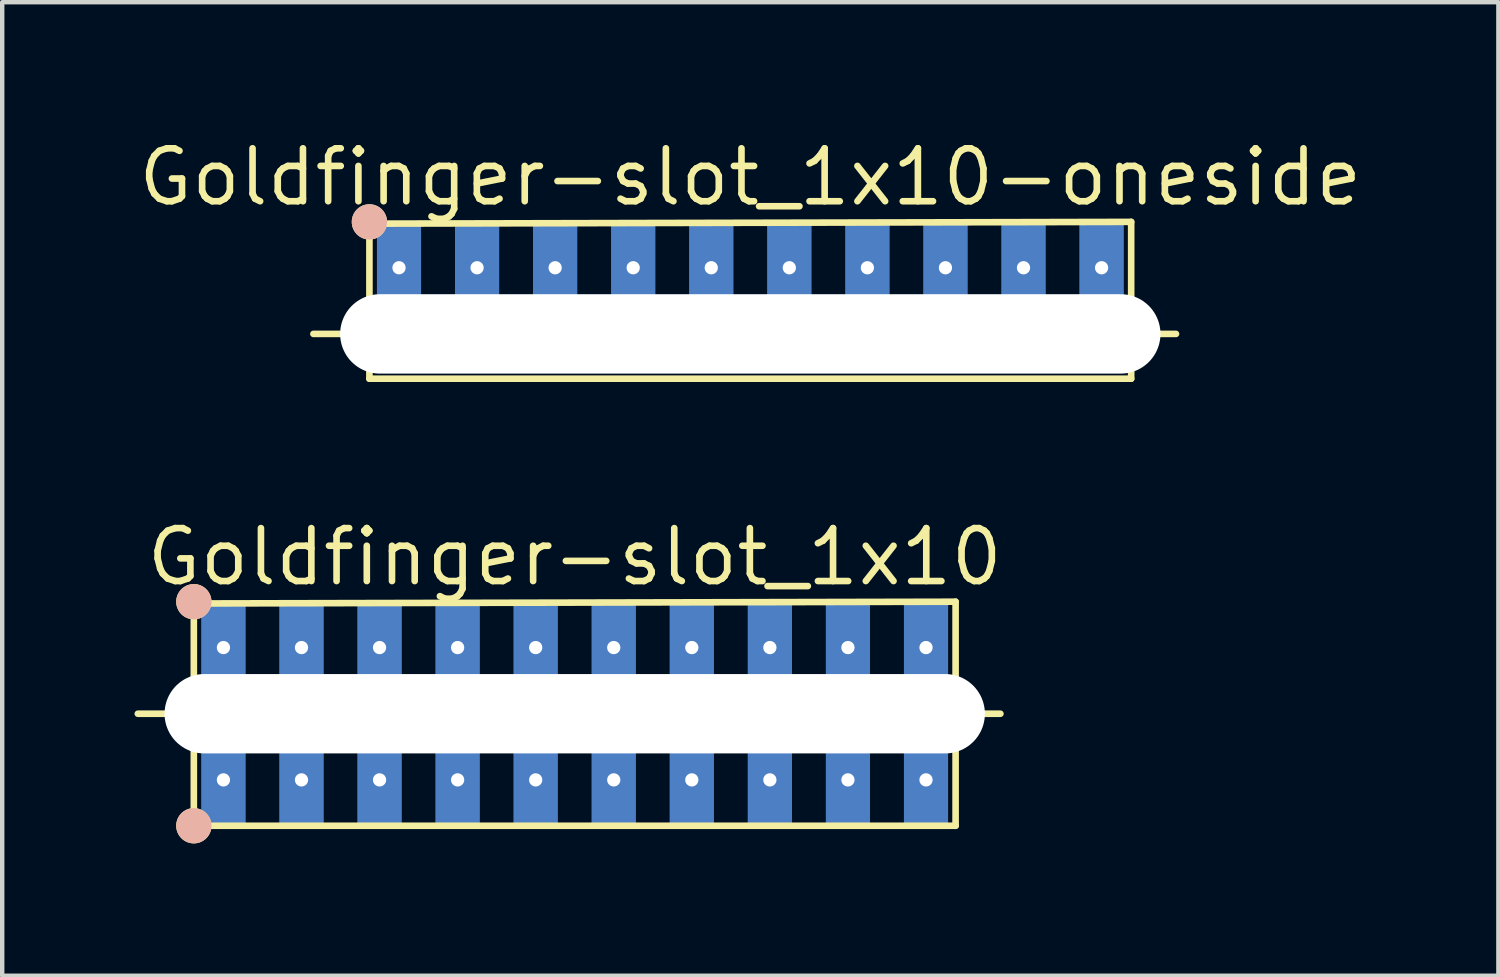
<source format=kicad_pcb>
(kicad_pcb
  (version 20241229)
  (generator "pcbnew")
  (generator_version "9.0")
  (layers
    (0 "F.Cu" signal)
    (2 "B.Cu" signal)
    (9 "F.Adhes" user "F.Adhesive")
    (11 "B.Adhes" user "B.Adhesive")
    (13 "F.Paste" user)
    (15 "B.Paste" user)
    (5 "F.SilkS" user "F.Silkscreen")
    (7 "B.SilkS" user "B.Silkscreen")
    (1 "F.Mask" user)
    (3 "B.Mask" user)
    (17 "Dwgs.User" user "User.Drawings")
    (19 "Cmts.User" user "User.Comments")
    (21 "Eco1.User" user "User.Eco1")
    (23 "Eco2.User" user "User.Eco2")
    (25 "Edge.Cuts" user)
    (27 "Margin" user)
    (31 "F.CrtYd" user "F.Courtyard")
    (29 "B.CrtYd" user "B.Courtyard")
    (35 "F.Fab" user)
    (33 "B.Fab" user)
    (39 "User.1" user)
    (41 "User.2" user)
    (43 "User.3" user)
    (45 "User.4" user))
  (footprint "Goldfinger-slot_1x10"
    (layer "F.Cu")
    (at 9.981 13.133)
    (property "Reference" "Goldfinger-slot_1x10" (at 0 -3.556 180) (layer "F.SilkS") (effects (font (size 1.2 1.2) (thickness 0.15))))
    (attr through_hole)
    (fp_line (start -8.636 2.5) (end -8.636 -2.5) (stroke (width 0.15) (type solid)) (layer "F.SilkS"))
    (fp_line (start -8.636 2.54) (end 8.636 2.54) (stroke (width 0.15) (type solid)) (layer "F.SilkS"))
    (fp_line (start 8.636 -2.54) (end -8.636 -2.5) (stroke (width 0.15) (type solid)) (layer "F.SilkS"))
    (fp_line (start 8.636 2.54) (end 8.636 -2.54) (stroke (width 0.15) (type solid)) (layer "F.SilkS"))
    (fp_line (start 9.652 0) (end -9.906 0) (stroke (width 0.15) (type solid)) (layer "F.SilkS"))
    (pad "" smd circle (at -8.636 -2.54) (size 0.8 0.8) (layers "*.SilkS"))
    (pad "" smd circle (at -8.636 2.54) (size 0.8 0.8) (layers "*.SilkS"))
    (pad "" np_thru_hole oval (at 0 0 270) (size 1.8 18.6) (drill oval 1.8 18.6) (layers "*.Cu"))
    (pad "1" thru_hole circle (at -7.965 -1.5) (size 0.6 0.6) (drill 0.3) (layers "*.Cu"))
    (pad "1" connect rect (at -7.965 -1.5) (size 1 2) (layers "F.Cu" "F.Mask"))
    (pad "1" smd rect (at -7.965 -1.5) (size 1 2) (layers "B.Cu" "B.Mask" "B.Paste"))
    (pad "1" thru_hole circle (at -7.965 1.5) (size 0.6 0.6) (drill 0.3) (layers "*.Cu"))
    (pad "1" smd rect (at -7.965 1.5) (size 1 2) (layers "F.Cu" "F.Mask"))
    (pad "1" smd rect (at -7.965 1.5) (size 1 2) (layers "B.Cu" "B.Mask" "B.Paste"))
    (pad "2" thru_hole circle (at -6.195 -1.5) (size 0.6 0.6) (drill 0.3) (layers "*.Cu"))
    (pad "2" connect rect (at -6.195 -1.5) (size 1 2) (layers "F.Cu" "F.Mask"))
    (pad "2" smd rect (at -6.195 -1.5) (size 1 2) (layers "B.Cu" "B.Mask" "B.Paste"))
    (pad "2" thru_hole circle (at -6.195 1.5) (size 0.6 0.6) (drill 0.3) (layers "*.Cu"))
    (pad "2" smd rect (at -6.195 1.5) (size 1 2) (layers "F.Cu" "F.Mask"))
    (pad "2" smd rect (at -6.195 1.5) (size 1 2) (layers "B.Cu" "B.Mask" "B.Paste"))
    (pad "3" thru_hole circle (at -4.425 -1.5) (size 0.6 0.6) (drill 0.3) (layers "*.Cu"))
    (pad "3" connect rect (at -4.425 -1.5) (size 1 2) (layers "F.Cu" "F.Mask"))
    (pad "3" smd rect (at -4.425 -1.5) (size 1 2) (layers "B.Cu" "B.Mask" "B.Paste"))
    (pad "3" thru_hole circle (at -4.425 1.5) (size 0.6 0.6) (drill 0.3) (layers "*.Cu"))
    (pad "3" smd rect (at -4.425 1.5) (size 1 2) (layers "F.Cu" "F.Mask"))
    (pad "3" smd rect (at -4.425 1.5) (size 1 2) (layers "B.Cu" "B.Mask" "B.Paste"))
    (pad "4" thru_hole circle (at -2.655 -1.5) (size 0.6 0.6) (drill 0.3) (layers "*.Cu"))
    (pad "4" connect rect (at -2.655 -1.5) (size 1 2) (layers "F.Cu" "F.Mask"))
    (pad "4" smd rect (at -2.655 -1.5) (size 1 2) (layers "B.Cu" "B.Mask" "B.Paste"))
    (pad "4" thru_hole circle (at -2.655 1.5) (size 0.6 0.6) (drill 0.3) (layers "*.Cu"))
    (pad "4" smd rect (at -2.655 1.5) (size 1 2) (layers "F.Cu" "F.Mask"))
    (pad "4" smd rect (at -2.655 1.5) (size 1 2) (layers "B.Cu" "B.Mask" "B.Paste"))
    (pad "5" thru_hole circle (at -0.885 -1.5) (size 0.6 0.6) (drill 0.3) (layers "*.Cu"))
    (pad "5" connect rect (at -0.885 -1.5) (size 1 2) (layers "F.Cu" "F.Mask"))
    (pad "5" smd rect (at -0.885 -1.5) (size 1 2) (layers "B.Cu" "B.Mask" "B.Paste"))
    (pad "5" thru_hole circle (at -0.885 1.5) (size 0.6 0.6) (drill 0.3) (layers "*.Cu"))
    (pad "5" smd rect (at -0.885 1.5) (size 1 2) (layers "F.Cu" "F.Mask"))
    (pad "5" smd rect (at -0.885 1.5) (size 1 2) (layers "B.Cu" "B.Mask" "B.Paste"))
    (pad "6" thru_hole circle (at 0.885 -1.5) (size 0.6 0.6) (drill 0.3) (layers "*.Cu"))
    (pad "6" connect rect (at 0.885 -1.5) (size 1 2) (layers "F.Cu" "F.Mask"))
    (pad "6" smd rect (at 0.885 -1.5) (size 1 2) (layers "B.Cu" "B.Mask" "B.Paste"))
    (pad "6" thru_hole circle (at 0.885 1.5) (size 0.6 0.6) (drill 0.3) (layers "*.Cu"))
    (pad "6" smd rect (at 0.885 1.5) (size 1 2) (layers "F.Cu" "F.Mask"))
    (pad "6" smd rect (at 0.885 1.5) (size 1 2) (layers "B.Cu" "B.Mask" "B.Paste"))
    (pad "7" thru_hole circle (at 2.655 -1.5) (size 0.6 0.6) (drill 0.3) (layers "*.Cu"))
    (pad "7" connect rect (at 2.655 -1.5) (size 1 2) (layers "F.Cu" "F.Mask"))
    (pad "7" smd rect (at 2.655 -1.5) (size 1 2) (layers "B.Cu" "B.Mask" "B.Paste"))
    (pad "7" thru_hole circle (at 2.655 1.5) (size 0.6 0.6) (drill 0.3) (layers "*.Cu"))
    (pad "7" smd rect (at 2.655 1.5) (size 1 2) (layers "F.Cu" "F.Mask"))
    (pad "7" smd rect (at 2.655 1.5) (size 1 2) (layers "B.Cu" "B.Mask" "B.Paste"))
    (pad "8" thru_hole circle (at 4.425 -1.5) (size 0.6 0.6) (drill 0.3) (layers "*.Cu"))
    (pad "8" connect rect (at 4.425 -1.5) (size 1 2) (layers "F.Cu" "F.Mask"))
    (pad "8" smd rect (at 4.425 -1.5) (size 1 2) (layers "B.Cu" "B.Mask" "B.Paste"))
    (pad "8" thru_hole circle (at 4.425 1.5) (size 0.6 0.6) (drill 0.3) (layers "*.Cu"))
    (pad "8" smd rect (at 4.425 1.5) (size 1 2) (layers "F.Cu" "F.Mask"))
    (pad "8" smd rect (at 4.425 1.5) (size 1 2) (layers "B.Cu" "B.Mask" "B.Paste"))
    (pad "9" thru_hole circle (at 6.195 -1.5) (size 0.6 0.6) (drill 0.3) (layers "*.Cu"))
    (pad "9" connect rect (at 6.195 -1.5) (size 1 2) (layers "F.Cu" "F.Mask"))
    (pad "9" smd rect (at 6.195 -1.5) (size 1 2) (layers "B.Cu" "B.Mask" "B.Paste"))
    (pad "9" thru_hole circle (at 6.195 1.5) (size 0.6 0.6) (drill 0.3) (layers "*.Cu"))
    (pad "9" smd rect (at 6.195 1.5) (size 1 2) (layers "F.Cu" "F.Mask"))
    (pad "9" smd rect (at 6.195 1.5) (size 1 2) (layers "B.Cu" "B.Mask" "B.Paste"))
    (pad "10" thru_hole circle (at 7.965 -1.5) (size 0.6 0.6) (drill 0.3) (layers "*.Cu"))
    (pad "10" connect rect (at 7.965 -1.5) (size 1 2) (layers "F.Cu" "F.Mask"))
    (pad "10" smd rect (at 7.965 -1.5) (size 1 2) (layers "B.Cu" "B.Mask" "B.Paste"))
    (pad "10" thru_hole circle (at 7.965 1.5) (size 0.6 0.6) (drill 0.3) (layers "*.Cu"))
    (pad "10" smd rect (at 7.965 1.5) (size 1 2) (layers "F.Cu" "F.Mask"))
    (pad "10" smd rect (at 7.965 1.5) (size 1 2) (layers "B.Cu" "B.Mask" "B.Paste")))
  (footprint "Goldfinger-slot_1x10-oneside"
    (layer "F.Cu")
    (at 13.962 4.521)
    (property "Reference" "Goldfinger-slot_1x10-oneside" (at 0 -3.556 0) (layer "F.SilkS") (effects (font (size 1.2 1.2) (thickness 0.15))))
    (attr through_hole)
    (fp_line (start -8.636 1.016) (end -8.636 -2.5) (stroke (width 0.15) (type solid)) (layer "F.SilkS"))
    (fp_line (start -8.636 1.016) (end 8.636 1.016) (stroke (width 0.15) (type solid)) (layer "F.SilkS"))
    (fp_line (start 8.636 -2.54) (end -8.636 -2.5) (stroke (width 0.15) (type solid)) (layer "F.SilkS"))
    (fp_line (start 8.636 1.016) (end 8.636 -2.54) (stroke (width 0.15) (type solid)) (layer "F.SilkS"))
    (fp_line (start 9.652 0) (end -9.906 0) (stroke (width 0.15) (type solid)) (layer "F.SilkS"))
    (pad "" smd circle (at -8.636 -2.54) (size 0.8 0.8) (layers "*.SilkS"))
    (pad "" np_thru_hole oval (at 0 0 270) (size 1.8 18.6) (drill oval 1.8 18.6) (layers "*.Cu"))
    (pad "1" thru_hole circle (at -7.965 -1.5) (size 0.6 0.6) (drill 0.3) (layers "*.Cu"))
    (pad "1" connect rect (at -7.965 -1.5) (size 1 2) (layers "F.Cu" "F.Mask"))
    (pad "1" smd rect (at -7.965 -1.5) (size 1 2) (layers "B.Cu" "B.Mask" "B.Paste"))
    (pad "2" thru_hole circle (at -6.195 -1.5) (size 0.6 0.6) (drill 0.3) (layers "*.Cu"))
    (pad "2" connect rect (at -6.195 -1.5) (size 1 2) (layers "F.Cu" "F.Mask"))
    (pad "2" smd rect (at -6.195 -1.5) (size 1 2) (layers "B.Cu" "B.Mask" "B.Paste"))
    (pad "3" thru_hole circle (at -4.425 -1.5) (size 0.6 0.6) (drill 0.3) (layers "*.Cu"))
    (pad "3" connect rect (at -4.425 -1.5) (size 1 2) (layers "F.Cu" "F.Mask"))
    (pad "3" smd rect (at -4.425 -1.5) (size 1 2) (layers "B.Cu" "B.Mask" "B.Paste"))
    (pad "4" thru_hole circle (at -2.655 -1.5) (size 0.6 0.6) (drill 0.3) (layers "*.Cu"))
    (pad "4" connect rect (at -2.655 -1.5) (size 1 2) (layers "F.Cu" "F.Mask"))
    (pad "4" smd rect (at -2.655 -1.5) (size 1 2) (layers "B.Cu" "B.Mask" "B.Paste"))
    (pad "5" thru_hole circle (at -0.885 -1.5) (size 0.6 0.6) (drill 0.3) (layers "*.Cu"))
    (pad "5" connect rect (at -0.885 -1.5) (size 1 2) (layers "F.Cu" "F.Mask"))
    (pad "5" smd rect (at -0.885 -1.5) (size 1 2) (layers "B.Cu" "B.Mask" "B.Paste"))
    (pad "6" thru_hole circle (at 0.885 -1.5) (size 0.6 0.6) (drill 0.3) (layers "*.Cu"))
    (pad "6" connect rect (at 0.885 -1.5) (size 1 2) (layers "F.Cu" "F.Mask"))
    (pad "6" smd rect (at 0.885 -1.5) (size 1 2) (layers "B.Cu" "B.Mask" "B.Paste"))
    (pad "7" thru_hole circle (at 2.655 -1.5) (size 0.6 0.6) (drill 0.3) (layers "*.Cu"))
    (pad "7" connect rect (at 2.655 -1.5) (size 1 2) (layers "F.Cu" "F.Mask"))
    (pad "7" smd rect (at 2.655 -1.5) (size 1 2) (layers "B.Cu" "B.Mask" "B.Paste"))
    (pad "8" thru_hole circle (at 4.425 -1.5) (size 0.6 0.6) (drill 0.3) (layers "*.Cu"))
    (pad "8" connect rect (at 4.425 -1.5) (size 1 2) (layers "F.Cu" "F.Mask"))
    (pad "8" smd rect (at 4.425 -1.5) (size 1 2) (layers "B.Cu" "B.Mask" "B.Paste"))
    (pad "9" thru_hole circle (at 6.195 -1.5) (size 0.6 0.6) (drill 0.3) (layers "*.Cu"))
    (pad "9" connect rect (at 6.195 -1.5) (size 1 2) (layers "F.Cu" "F.Mask"))
    (pad "9" smd rect (at 6.195 -1.5) (size 1 2) (layers "B.Cu" "B.Mask" "B.Paste"))
    (pad "10" thru_hole circle (at 7.965 -1.5) (size 0.6 0.6) (drill 0.3) (layers "*.Cu"))
    (pad "10" connect rect (at 7.965 -1.5) (size 1 2) (layers "F.Cu" "F.Mask"))
    (pad "10" smd rect (at 7.965 -1.5) (size 1 2) (layers "B.Cu" "B.Mask" "B.Paste")))
  (gr_rect
    (start -3 -3)
    (end 30.924 19.073)
    (stroke (width 0.1) (type default))
    (fill no)
    (layer "Edge.Cuts")))
</source>
